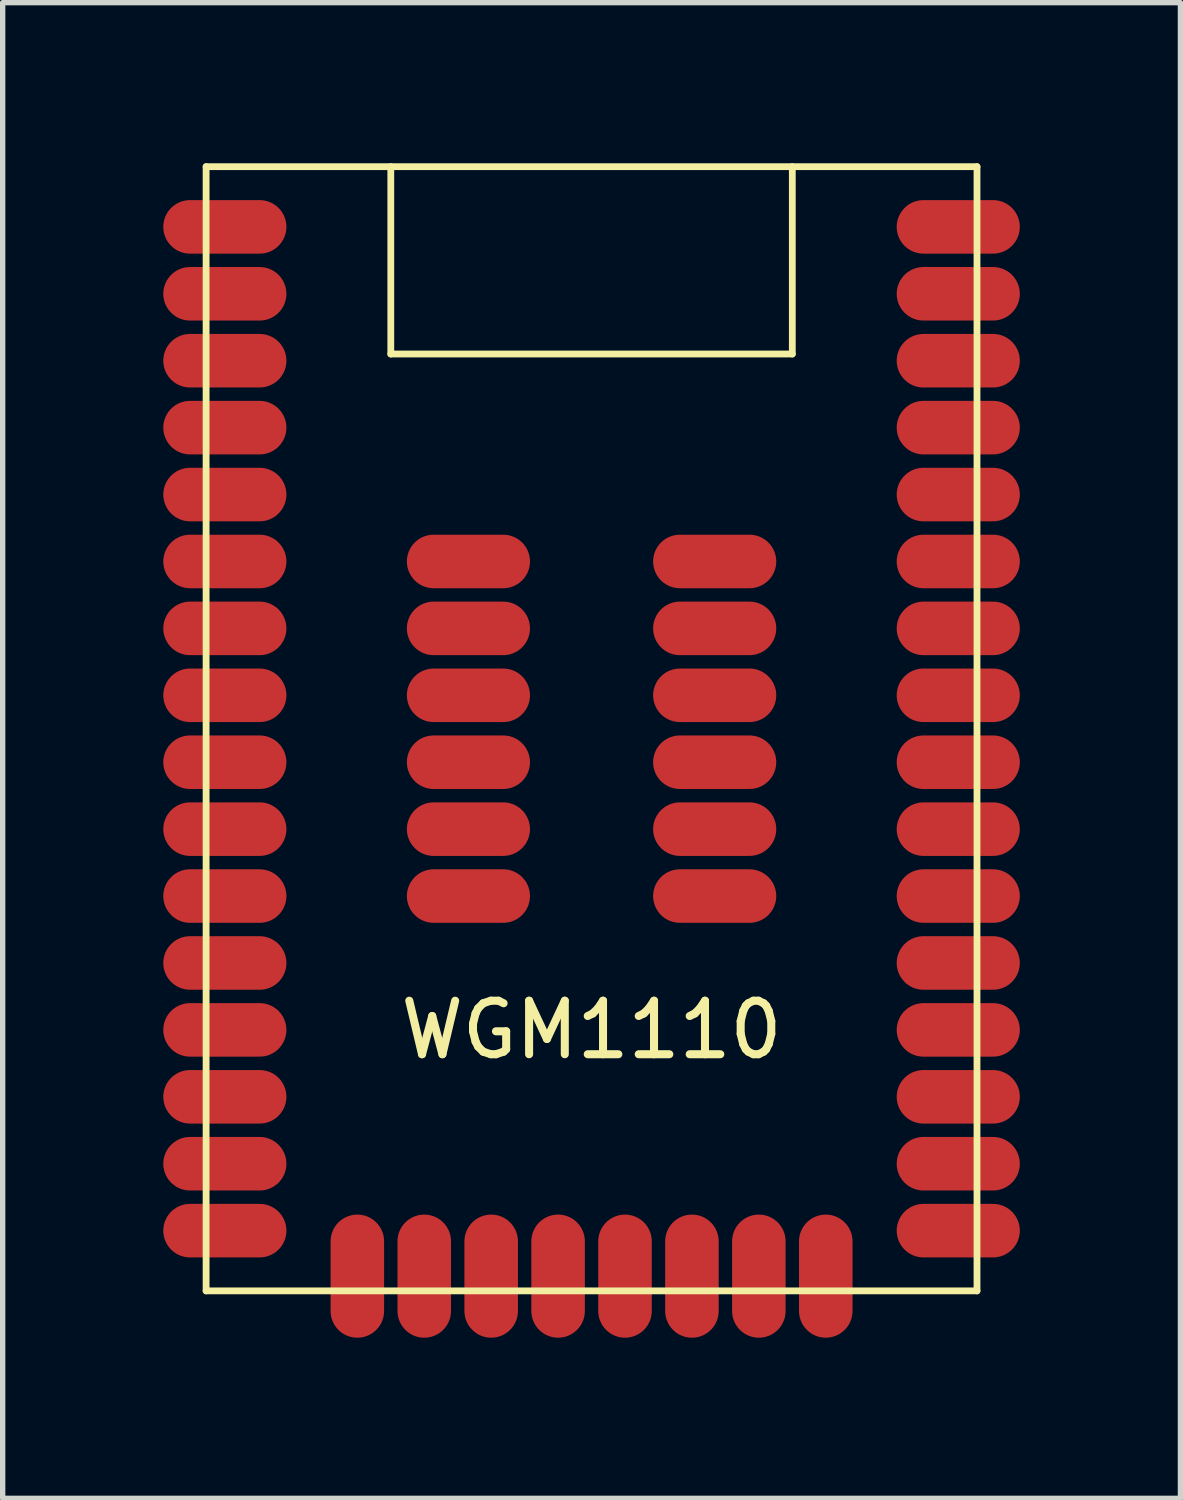
<source format=kicad_pcb>
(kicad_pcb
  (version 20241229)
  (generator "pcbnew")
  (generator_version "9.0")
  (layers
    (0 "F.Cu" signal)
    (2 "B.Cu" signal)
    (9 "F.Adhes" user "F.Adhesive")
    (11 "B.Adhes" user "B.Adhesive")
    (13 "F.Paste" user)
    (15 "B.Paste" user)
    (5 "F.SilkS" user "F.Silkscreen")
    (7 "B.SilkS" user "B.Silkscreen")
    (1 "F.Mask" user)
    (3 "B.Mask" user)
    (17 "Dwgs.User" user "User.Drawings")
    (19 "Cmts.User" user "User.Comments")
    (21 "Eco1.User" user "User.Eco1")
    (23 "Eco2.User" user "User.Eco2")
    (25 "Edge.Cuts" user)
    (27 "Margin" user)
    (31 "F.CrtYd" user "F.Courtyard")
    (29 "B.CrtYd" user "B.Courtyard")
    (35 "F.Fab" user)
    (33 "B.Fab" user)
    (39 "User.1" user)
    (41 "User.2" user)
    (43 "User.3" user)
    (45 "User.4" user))
  (footprint "WGM1110"
    (layer "F.Cu")
    (at 8 10.563)
    (property "Reference" "WGM1110" (at 0 5.625 0) (layer "F.SilkS") (effects (font (size 1 1) (thickness 0.15))))
    (attr through_hole)
    (fp_line (start -7.2 -10.5) (end 7.2 -10.5) (stroke (width 0.127) (type solid)) (layer "F.SilkS"))
    (fp_line (start -7.2 10.5) (end -7.2 -10.5) (stroke (width 0.127) (type solid)) (layer "F.SilkS"))
    (fp_line (start -3.75 -10.5) (end -3.75 -7) (stroke (width 0.127) (type solid)) (layer "F.SilkS"))
    (fp_line (start -3.75 -7) (end 3.75 -7) (stroke (width 0.127) (type solid)) (layer "F.SilkS"))
    (fp_line (start 3.75 -7) (end 3.75 -10.5) (stroke (width 0.127) (type solid)) (layer "F.SilkS"))
    (fp_line (start 7.2 -10.5) (end 7.2 10.5) (stroke (width 0.127) (type solid)) (layer "F.SilkS"))
    (fp_line (start 7.2 10.5) (end -7.2 10.5) (stroke (width 0.127) (type solid)) (layer "F.SilkS"))
    (pad "1" smd oval (at -6.85 -9.375) (size 2.3 1) (layers "F.Cu" "F.Mask" "F.Paste"))
    (pad "2" smd oval (at -6.85 -8.125) (size 2.3 1) (layers "F.Cu" "F.Mask" "F.Paste"))
    (pad "3" smd oval (at -6.85 -6.875) (size 2.3 1) (layers "F.Cu" "F.Mask" "F.Paste"))
    (pad "4" smd oval (at -6.85 -5.625) (size 2.3 1) (layers "F.Cu" "F.Mask" "F.Paste"))
    (pad "5" smd oval (at -6.85 -4.375) (size 2.3 1) (layers "F.Cu" "F.Mask" "F.Paste"))
    (pad "6" smd oval (at -6.85 -3.125) (size 2.3 1) (layers "F.Cu" "F.Mask" "F.Paste"))
    (pad "7" smd oval (at -6.85 -1.875) (size 2.3 1) (layers "F.Cu" "F.Mask" "F.Paste"))
    (pad "8" smd oval (at -6.85 -0.625) (size 2.3 1) (layers "F.Cu" "F.Mask" "F.Paste"))
    (pad "9" smd oval (at -6.85 0.625) (size 2.3 1) (layers "F.Cu" "F.Mask" "F.Paste"))
    (pad "10" smd oval (at -6.85 1.875) (size 2.3 1) (layers "F.Cu" "F.Mask" "F.Paste"))
    (pad "11" smd oval (at -6.85 3.125) (size 2.3 1) (layers "F.Cu" "F.Mask" "F.Paste"))
    (pad "12" smd oval (at -6.85 4.375) (size 2.3 1) (layers "F.Cu" "F.Mask" "F.Paste"))
    (pad "13" smd oval (at -6.85 5.625) (size 2.3 1) (layers "F.Cu" "F.Mask" "F.Paste"))
    (pad "14" smd oval (at -6.85 6.875) (size 2.3 1) (layers "F.Cu" "F.Mask" "F.Paste"))
    (pad "15" smd oval (at -6.85 8.125) (size 2.3 1) (layers "F.Cu" "F.Mask" "F.Paste"))
    (pad "16" smd oval (at -6.85 9.375) (size 2.3 1) (layers "F.Cu" "F.Mask" "F.Paste"))
    (pad "17" smd oval (at -4.375 10.225 90) (size 2.3 1) (layers "F.Cu" "F.Mask" "F.Paste"))
    (pad "18" smd oval (at -3.125 10.225 90) (size 2.3 1) (layers "F.Cu" "F.Mask" "F.Paste"))
    (pad "19" smd oval (at -1.875 10.225 90) (size 2.3 1) (layers "F.Cu" "F.Mask" "F.Paste"))
    (pad "20" smd oval (at -0.625 10.225 90) (size 2.3 1) (layers "F.Cu" "F.Mask" "F.Paste"))
    (pad "21" smd oval (at 0.625 10.225 90) (size 2.3 1) (layers "F.Cu" "F.Mask" "F.Paste"))
    (pad "22" smd oval (at 1.875 10.225 90) (size 2.3 1) (layers "F.Cu" "F.Mask" "F.Paste"))
    (pad "23" smd oval (at 3.125 10.225 90) (size 2.3 1) (layers "F.Cu" "F.Mask" "F.Paste"))
    (pad "24" smd oval (at 4.375 10.225 90) (size 2.3 1) (layers "F.Cu" "F.Mask" "F.Paste"))
    (pad "25" smd oval (at 6.85 9.375) (size 2.3 1) (layers "F.Cu" "F.Mask" "F.Paste"))
    (pad "26" smd oval (at 6.85 8.125) (size 2.3 1) (layers "F.Cu" "F.Mask" "F.Paste"))
    (pad "27" smd oval (at 6.85 6.875) (size 2.3 1) (layers "F.Cu" "F.Mask" "F.Paste"))
    (pad "28" smd oval (at 6.85 5.625) (size 2.3 1) (layers "F.Cu" "F.Mask" "F.Paste"))
    (pad "29" smd oval (at 6.85 4.375) (size 2.3 1) (layers "F.Cu" "F.Mask" "F.Paste"))
    (pad "30" smd oval (at 6.85 3.125) (size 2.3 1) (layers "F.Cu" "F.Mask" "F.Paste"))
    (pad "31" smd oval (at 6.85 1.875) (size 2.3 1) (layers "F.Cu" "F.Mask" "F.Paste"))
    (pad "32" smd oval (at 6.85 0.625) (size 2.3 1) (layers "F.Cu" "F.Mask" "F.Paste"))
    (pad "33" smd oval (at 6.85 -0.625) (size 2.3 1) (layers "F.Cu" "F.Mask" "F.Paste"))
    (pad "34" smd oval (at 6.85 -1.875) (size 2.3 1) (layers "F.Cu" "F.Mask" "F.Paste"))
    (pad "35" smd oval (at 6.85 -3.125) (size 2.3 1) (layers "F.Cu" "F.Mask" "F.Paste"))
    (pad "36" smd oval (at 6.85 -4.375) (size 2.3 1) (layers "F.Cu" "F.Mask" "F.Paste"))
    (pad "37" smd oval (at 6.85 -5.625) (size 2.3 1) (layers "F.Cu" "F.Mask" "F.Paste"))
    (pad "38" smd oval (at 6.85 -6.875) (size 2.3 1) (layers "F.Cu" "F.Mask" "F.Paste"))
    (pad "39" smd oval (at 6.85 -8.125) (size 2.3 1) (layers "F.Cu" "F.Mask" "F.Paste"))
    (pad "40" smd oval (at 6.85 -9.375) (size 2.3 1) (layers "F.Cu" "F.Mask" "F.Paste"))
    (pad "41" smd oval (at -2.3 -3.125) (size 2.3 1) (layers "F.Cu" "F.Mask" "F.Paste"))
    (pad "42" smd oval (at 2.3 -3.125) (size 2.3 1) (layers "F.Cu" "F.Mask" "F.Paste"))
    (pad "43" smd oval (at -2.3 -1.875) (size 2.3 1) (layers "F.Cu" "F.Mask" "F.Paste"))
    (pad "44" smd oval (at 2.3 -1.875) (size 2.3 1) (layers "F.Cu" "F.Mask" "F.Paste"))
    (pad "45" smd oval (at -2.3 -0.625) (size 2.3 1) (layers "F.Cu" "F.Mask" "F.Paste"))
    (pad "46" smd oval (at 2.3 -0.625) (size 2.3 1) (layers "F.Cu" "F.Mask" "F.Paste"))
    (pad "47" smd oval (at -2.3 0.625) (size 2.3 1) (layers "F.Cu" "F.Mask" "F.Paste"))
    (pad "48" smd oval (at 2.3 0.625) (size 2.3 1) (layers "F.Cu" "F.Mask" "F.Paste"))
    (pad "49" smd oval (at -2.3 1.875) (size 2.3 1) (layers "F.Cu" "F.Mask" "F.Paste"))
    (pad "50" smd oval (at 2.3 1.875) (size 2.3 1) (layers "F.Cu" "F.Mask" "F.Paste"))
    (pad "51" smd oval (at -2.3 3.125) (size 2.3 1) (layers "F.Cu" "F.Mask" "F.Paste"))
    (pad "52" smd oval (at 2.3 3.125) (size 2.3 1) (layers "F.Cu" "F.Mask" "F.Paste")))
  (gr_rect
    (start -3 -3)
    (end 19 24.939)
    (stroke (width 0.1) (type default))
    (fill no)
    (layer "Edge.Cuts")))
</source>
